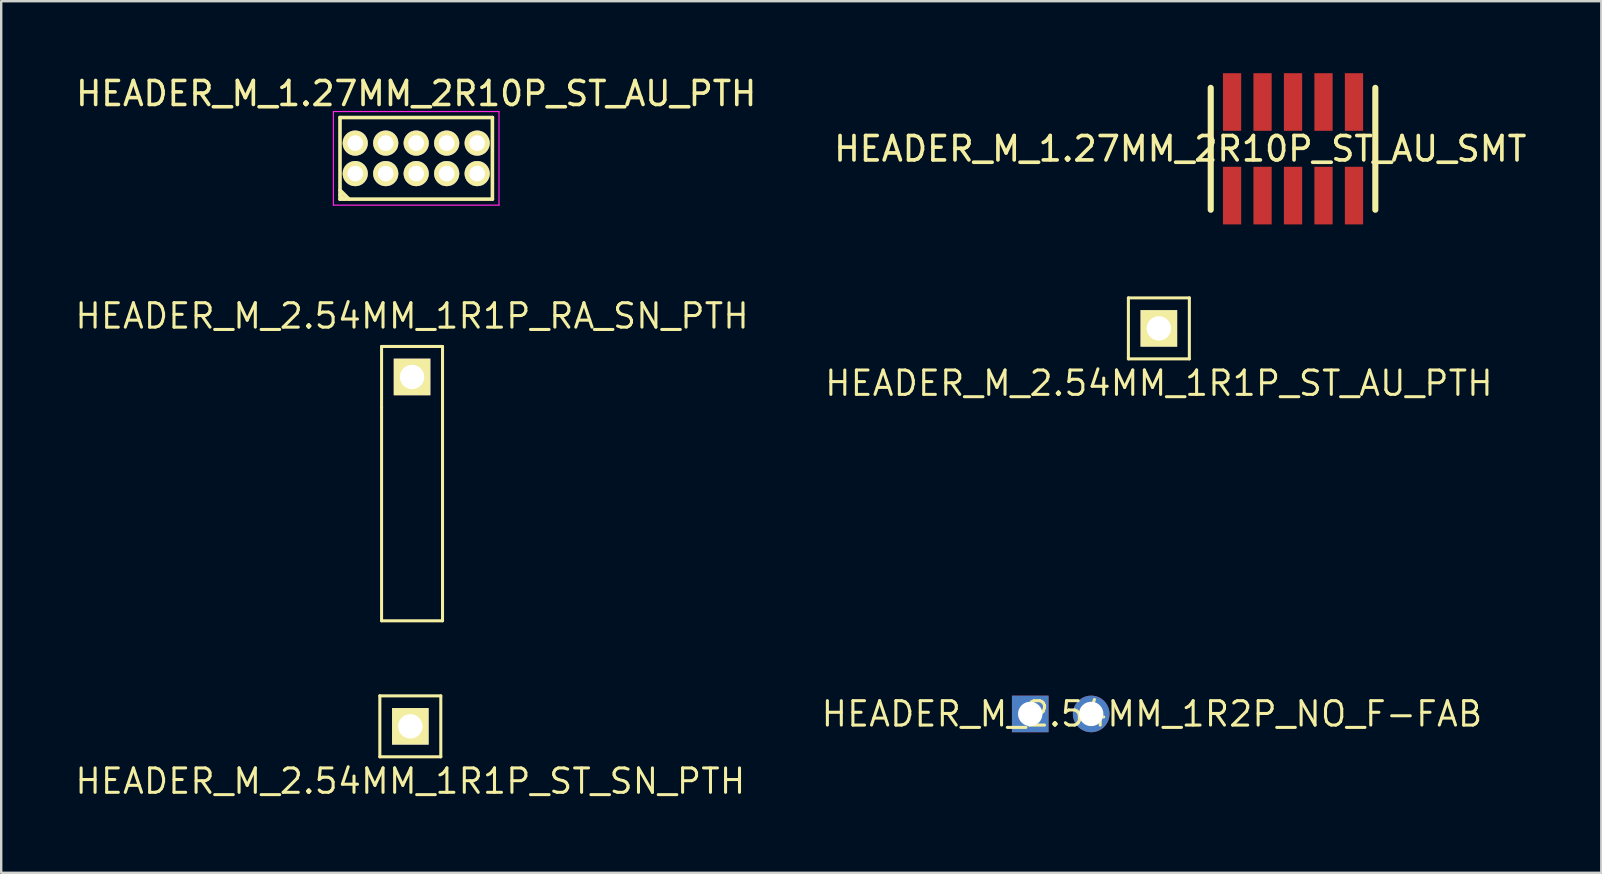
<source format=kicad_pcb>
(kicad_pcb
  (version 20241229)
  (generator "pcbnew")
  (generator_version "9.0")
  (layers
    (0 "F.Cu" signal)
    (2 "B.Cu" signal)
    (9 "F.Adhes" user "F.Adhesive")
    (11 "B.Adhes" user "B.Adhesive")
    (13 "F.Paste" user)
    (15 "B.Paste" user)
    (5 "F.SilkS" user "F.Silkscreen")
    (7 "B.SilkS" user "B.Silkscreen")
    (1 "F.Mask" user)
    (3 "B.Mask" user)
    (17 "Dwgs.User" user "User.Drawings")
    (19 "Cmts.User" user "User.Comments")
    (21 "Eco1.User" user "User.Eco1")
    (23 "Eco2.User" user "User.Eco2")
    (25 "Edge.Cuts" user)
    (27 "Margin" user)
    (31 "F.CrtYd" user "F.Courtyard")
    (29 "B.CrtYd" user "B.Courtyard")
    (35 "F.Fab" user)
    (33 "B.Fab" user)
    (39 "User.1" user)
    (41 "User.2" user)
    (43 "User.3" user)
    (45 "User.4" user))
  (footprint "HEADER_M_2.54MM_1R1P_ST_SN_PTH"
    (layer "F.Cu")
    (at 14.047 27.214)
    (property "Reference" "HEADER_M_2.54MM_1R1P_ST_SN_PTH" (at 0 2.286 0) (layer "F.SilkS") (effects (font (size 1.016 1.016) (thickness 0.127))))
    (attr through_hole)
    (fp_line (start -1.27 -1.27) (end 1.27 -1.27) (stroke (width 0.127) (type solid)) (layer "F.SilkS"))
    (fp_line (start -1.27 1.27) (end -1.27 -1.27) (stroke (width 0.127) (type solid)) (layer "F.SilkS"))
    (fp_line (start -1.27 1.27) (end 1.27 1.27) (stroke (width 0.127) (type solid)) (layer "F.SilkS"))
    (fp_line (start 1.27 -1.27) (end 1.27 1.27) (stroke (width 0.127) (type solid)) (layer "F.SilkS"))
    (pad "1" thru_hole rect (at 0 0) (size 1.524 1.524) (drill 1.016) (layers "*.Cu" "*.Mask" "F.SilkS")))
  (footprint "HEADER_M_2.54MM_1R1P_ST_AU_PTH"
    (layer "F.Cu")
    (at 45.237 10.633)
    (property "Reference" "HEADER_M_2.54MM_1R1P_ST_AU_PTH" (at 0 2.286 0) (layer "F.SilkS") (effects (font (size 1.016 1.016) (thickness 0.127))))
    (attr through_hole)
    (fp_line (start -1.27 -1.27) (end 1.27 -1.27) (stroke (width 0.127) (type solid)) (layer "F.SilkS"))
    (fp_line (start -1.27 1.27) (end -1.27 -1.27) (stroke (width 0.127) (type solid)) (layer "F.SilkS"))
    (fp_line (start -1.27 1.27) (end 1.27 1.27) (stroke (width 0.127) (type solid)) (layer "F.SilkS"))
    (fp_line (start 1.27 -1.27) (end 1.27 1.27) (stroke (width 0.127) (type solid)) (layer "F.SilkS"))
    (pad "1" thru_hole rect (at 0 0) (size 1.524 1.524) (drill 1.016) (layers "*.Cu" "*.Mask" "F.SilkS")))
  (footprint "HEADER_M_1.27MM_2R10P_ST_AU_PTH"
    (layer "F.Cu")
    (at 14.292 3.548)
    (property "Reference" "HEADER_M_1.27MM_2R10P_ST_AU_PTH" (at 0 -2.7 0) (layer "F.SilkS") (effects (font (size 1 1) (thickness 0.15))))
    (attr through_hole)
    (fp_line (start -3.175 -1.7) (end 3.175 -1.7) (stroke (width 0.15) (type solid)) (layer "F.SilkS"))
    (fp_line (start -3.175 1.325) (end -2.8 1.7) (stroke (width 0.15) (type solid)) (layer "F.SilkS"))
    (fp_line (start -3.175 1.525) (end -3 1.7) (stroke (width 0.15) (type solid)) (layer "F.SilkS"))
    (fp_line (start -3.175 1.7) (end -3.175 -1.7) (stroke (width 0.15) (type solid)) (layer "F.SilkS"))
    (fp_line (start 3.175 -1.7) (end 3.175 1.7) (stroke (width 0.15) (type solid)) (layer "F.SilkS"))
    (fp_line (start 3.175 1.7) (end -3.175 1.7) (stroke (width 0.15) (type solid)) (layer "F.SilkS"))
    (fp_line (start -3.45 -1.95) (end -3.45 1.95) (stroke (width 0.05) (type solid)) (layer "F.CrtYd"))
    (fp_line (start -3.45 1.95) (end 3.45 1.95) (stroke (width 0.05) (type solid)) (layer "F.CrtYd"))
    (fp_line (start 3.45 -1.95) (end -3.45 -1.95) (stroke (width 0.05) (type solid)) (layer "F.CrtYd"))
    (fp_line (start 3.45 -1.95) (end 3.45 1.95) (stroke (width 0.05) (type solid)) (layer "F.CrtYd"))
    (pad "1" thru_hole oval (at -2.54 0.635) (size 1.05 1.05) (drill 0.65) (layers "*.Cu" "*.Mask" "F.SilkS"))
    (pad "2" thru_hole oval (at -2.54 -0.635) (size 1.05 1.05) (drill 0.65) (layers "*.Cu" "*.Mask" "F.SilkS"))
    (pad "3" thru_hole oval (at -1.27 0.635) (size 1.05 1.05) (drill 0.65) (layers "*.Cu" "*.Mask" "F.SilkS"))
    (pad "4" thru_hole oval (at -1.27 -0.635) (size 1.05 1.05) (drill 0.65) (layers "*.Cu" "*.Mask" "F.SilkS"))
    (pad "5" thru_hole oval (at 0 0.635) (size 1.05 1.05) (drill 0.65) (layers "*.Cu" "*.Mask" "F.SilkS"))
    (pad "6" thru_hole oval (at 0 -0.635) (size 1.05 1.05) (drill 0.65) (layers "*.Cu" "*.Mask" "F.SilkS"))
    (pad "7" thru_hole oval (at 1.27 0.635) (size 1.05 1.05) (drill 0.65) (layers "*.Cu" "*.Mask" "F.SilkS"))
    (pad "8" thru_hole oval (at 1.27 -0.635) (size 1.05 1.05) (drill 0.65) (layers "*.Cu" "*.Mask" "F.SilkS"))
    (pad "9" thru_hole oval (at 2.54 0.635) (size 1.05 1.05) (drill 0.65) (layers "*.Cu" "*.Mask" "F.SilkS"))
    (pad "10" thru_hole oval (at 2.54 -0.635) (size 1.05 1.05) (drill 0.65) (layers "*.Cu" "*.Mask" "F.SilkS")))
  (footprint "HEADER_M_1.27MM_2R10P_ST_AU_SMT"
    (layer "F.Cu")
    (at 50.827 3.15)
    (property "Reference" "HEADER_M_1.27MM_2R10P_ST_AU_SMT" (at -4.699 0 0) (layer "F.SilkS") (effects (font (size 1.016 1.016) (thickness 0.152))))
    (attr through_hole)
    (fp_line (start -3.429 2.54) (end -3.429 -2.54) (stroke (width 0.254) (type solid)) (layer "F.SilkS"))
    (fp_line (start 3.429 -2.54) (end 3.429 2.54) (stroke (width 0.254) (type solid)) (layer "F.SilkS"))
    (pad "1" smd rect (at -2.54 1.95) (size 0.76 2.4) (layers "F.Cu" "F.Mask" "F.Paste"))
    (pad "2" smd rect (at -2.54 -1.95) (size 0.76 2.4) (layers "F.Cu" "F.Mask" "F.Paste"))
    (pad "3" smd rect (at -1.27 1.95) (size 0.76 2.4) (layers "F.Cu" "F.Mask" "F.Paste"))
    (pad "4" smd rect (at -1.27 -1.95) (size 0.76 2.4) (layers "F.Cu" "F.Mask" "F.Paste"))
    (pad "5" smd rect (at 0 1.95) (size 0.76 2.4) (layers "F.Cu" "F.Mask" "F.Paste"))
    (pad "6" smd rect (at 0 -1.95) (size 0.76 2.4) (layers "F.Cu" "F.Mask" "F.Paste"))
    (pad "7" smd rect (at 1.27 1.95) (size 0.76 2.4) (layers "F.Cu" "F.Mask" "F.Paste"))
    (pad "8" smd rect (at 1.27 -1.95) (size 0.76 2.4) (layers "F.Cu" "F.Mask" "F.Paste"))
    (pad "9" smd rect (at 2.54 1.95) (size 0.76 2.4) (layers "F.Cu" "F.Mask" "F.Paste"))
    (pad "10" smd rect (at 2.54 -1.95) (size 0.76 2.4) (layers "F.Cu" "F.Mask" "F.Paste")))
  (footprint "HEADER_M_2.54MM_1R1P_RA_SN_PTH"
    (layer "F.Cu")
    (at 14.119 12.657)
    (property "Reference" "HEADER_M_2.54MM_1R1P_RA_SN_PTH" (at 0 -2.54 0) (layer "F.SilkS") (effects (font (size 1.016 1.016) (thickness 0.127))))
    (attr through_hole)
    (fp_line (start -1.27 -1.27) (end 1.27 -1.27) (stroke (width 0.127) (type solid)) (layer "F.SilkS"))
    (fp_line (start -1.27 1.27) (end -1.27 -1.27) (stroke (width 0.127) (type solid)) (layer "F.SilkS"))
    (fp_line (start -1.27 1.27) (end -1.27 10.16) (stroke (width 0.127) (type solid)) (layer "F.SilkS"))
    (fp_line (start -1.27 10.16) (end 1.27 10.16) (stroke (width 0.127) (type solid)) (layer "F.SilkS"))
    (fp_line (start 1.27 -1.27) (end 1.27 1.27) (stroke (width 0.127) (type solid)) (layer "F.SilkS"))
    (fp_line (start 1.27 1.27) (end 1.27 10.16) (stroke (width 0.127) (type solid)) (layer "F.SilkS"))
    (pad "1" thru_hole rect (at 0 0) (size 1.524 1.524) (drill 1.016) (layers "*.Cu" "*.Mask" "F.SilkS")))
  (footprint "HEADER_M_2.54MM_1R2P_NO_F-FAB"
    (layer "F.Cu")
    (at 41.147 26.698)
    (property "Reference" "HEADER_M_2.54MM_1R2P_NO_F-FAB" (at 3.8 0 0) (layer "F.SilkS") (effects (font (size 1.016 1.016) (thickness 0.127))))
    (attr through_hole)
    (pad "1" thru_hole rect (at -1.27 0) (size 1.524 1.524) (drill 1.016) (layers "*.Cu" "*.Mask"))
    (pad "2" thru_hole circle (at 1.27 0) (size 1.524 1.524) (drill 1.016) (layers "*.Cu" "*.Mask")))
  (gr_rect
    (start -3 -3)
    (end 63.672 33.317)
    (stroke (width 0.1) (type default))
    (fill no)
    (layer "Edge.Cuts")))
</source>
